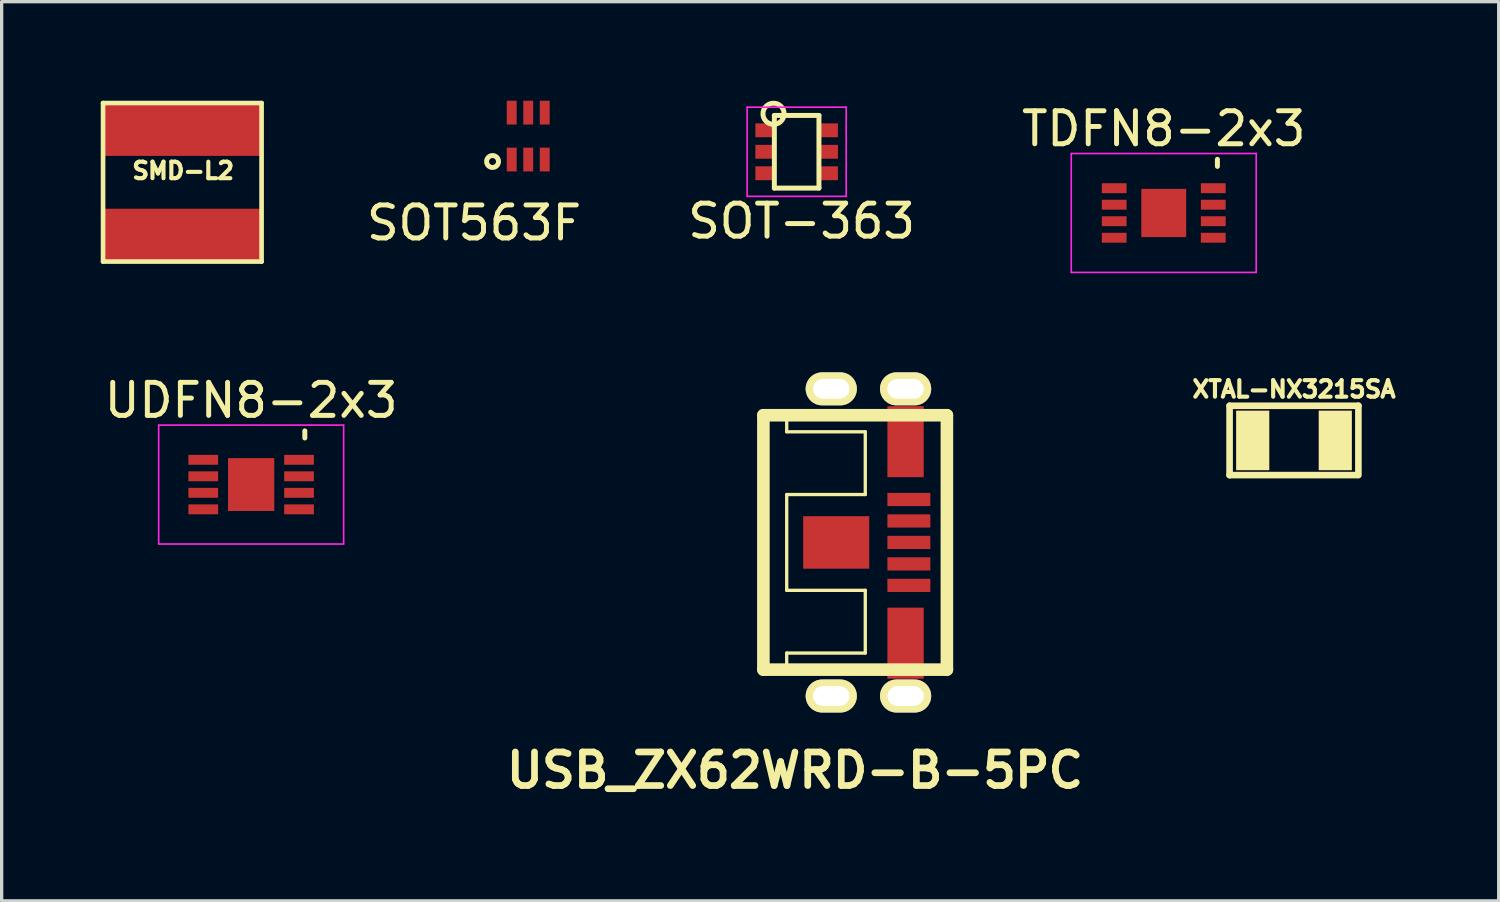
<source format=kicad_pcb>
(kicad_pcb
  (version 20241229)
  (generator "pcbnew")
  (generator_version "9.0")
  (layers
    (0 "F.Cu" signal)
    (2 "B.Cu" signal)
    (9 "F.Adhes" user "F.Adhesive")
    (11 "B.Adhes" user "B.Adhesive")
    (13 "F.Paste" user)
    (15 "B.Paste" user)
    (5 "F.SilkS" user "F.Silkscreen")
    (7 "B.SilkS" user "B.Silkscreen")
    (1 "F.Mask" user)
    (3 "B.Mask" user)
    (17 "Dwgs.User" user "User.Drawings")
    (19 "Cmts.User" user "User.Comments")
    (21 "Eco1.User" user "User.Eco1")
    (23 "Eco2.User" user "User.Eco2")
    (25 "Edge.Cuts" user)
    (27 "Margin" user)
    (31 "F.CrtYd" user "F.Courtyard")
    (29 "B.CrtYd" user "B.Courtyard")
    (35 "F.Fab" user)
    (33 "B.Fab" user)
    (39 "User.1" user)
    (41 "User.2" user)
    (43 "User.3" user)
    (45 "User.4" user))
  (footprint "SOT563F"
    (layer "F.Cu")
    (at 12.943 1.07)
    (property "Reference" "SOT563F" (at -1.64 2.63 0) (layer "F.SilkS") (effects (font (size 1 1) (thickness 0.15))))
    (attr through_hole)
    (fp_circle (center -1.08 0.77) (end -0.98 0.92) (stroke (width 0.15) (type solid)) (fill no) (layer "F.SilkS"))
    (pad "1" smd rect (at -0.5 0.71) (size 0.3 0.72) (layers "F.Cu" "F.Mask" "F.Paste"))
    (pad "2" smd rect (at 0 0.71) (size 0.3 0.72) (layers "F.Cu" "F.Mask" "F.Paste"))
    (pad "3" smd rect (at 0.5 0.71) (size 0.3 0.72) (layers "F.Cu" "F.Mask" "F.Paste"))
    (pad "4" smd rect (at 0.5 -0.71) (size 0.3 0.72) (layers "F.Cu" "F.Mask" "F.Paste"))
    (pad "5" smd rect (at 0 -0.71) (size 0.3 0.72) (layers "F.Cu" "F.Mask" "F.Paste"))
    (pad "6" smd rect (at -0.5 -0.71) (size 0.3 0.72) (layers "F.Cu" "F.Mask" "F.Paste")))
  (footprint "XTAL-NX3215SA"
    (layer "F.Cu")
    (at 36.128 10.285)
    (property "Reference" "XTAL-NX3215SA" (at 0 -1.55 0) (layer "F.SilkS") (effects (font (size 0.5 0.5) (thickness 0.125))))
    (attr through_hole)
    (fp_line (start -1.95 -1.05) (end -1.95 1.05) (stroke (width 0.2) (type solid)) (layer "F.SilkS"))
    (fp_line (start -1.95 1.05) (end 1.9 1.05) (stroke (width 0.2) (type solid)) (layer "F.SilkS"))
    (fp_line (start 1.95 -1.05) (end -1.95 -1.05) (stroke (width 0.2) (type solid)) (layer "F.SilkS"))
    (fp_line (start 1.95 1.05) (end 1.95 -1.05) (stroke (width 0.2) (type solid)) (layer "F.SilkS"))
    (pad "1" smd rect (at -1.25 0) (size 1 1.8) (layers "F.Cu" "F.Mask" "F.SilkS" "F.Paste"))
    (pad "2" smd rect (at 1.25 0) (size 1 1.8) (layers "F.Cu" "F.Mask" "F.SilkS" "F.Paste")))
  (footprint "SMD-L2"
    (layer "F.Cu")
    (at 2.47 2.47)
    (property "Reference" "SMD-L2" (at 0.025 -0.35 0) (layer "F.SilkS") (effects (font (size 0.5 0.5) (thickness 0.125))))
    (attr smd)
    (fp_line (start -2.4 -2.4) (end -2.4 2.4) (stroke (width 0.14) (type solid)) (layer "F.SilkS"))
    (fp_line (start -2.4 2.4) (end 2.4 2.4) (stroke (width 0.14) (type solid)) (layer "F.SilkS"))
    (fp_line (start 2.4 -2.4) (end -2.4 -2.4) (stroke (width 0.14) (type solid)) (layer "F.SilkS"))
    (fp_line (start 2.4 2.4) (end 2.4 -2.4) (stroke (width 0.14) (type solid)) (layer "F.SilkS"))
    (pad "1" smd rect (at 0 1.6) (size 4.8 1.6) (layers "F.Cu" "F.Mask" "F.Paste"))
    (pad "2" smd rect (at 0 -1.6) (size 4.8 1.6) (layers "F.Cu" "F.Mask" "F.Paste")))
  (footprint "USB_ZX62WRD-B-5PC"
    (layer "F.Cu")
    (at 21.019 13.373)
    (property "Reference" "USB_ZX62WRD-B-5PC" (at 0 6.901 0) (layer "F.SilkS") (effects (font (size 1.016 1.016) (thickness 0.203))))
    (attr smd)
    (fp_line (start -0.956 -3.851) (end -0.956 3.851) (stroke (width 0.381) (type solid)) (layer "F.SilkS"))
    (fp_line (start -0.956 3.851) (end 4.6 3.851) (stroke (width 0.381) (type solid)) (layer "F.SilkS"))
    (fp_line (start -0.25 -3.35) (end -0.25 -3.775) (stroke (width 0.1) (type solid)) (layer "F.SilkS"))
    (fp_line (start -0.25 -1.45) (end 2.129 -1.45) (stroke (width 0.1) (type solid)) (layer "F.SilkS"))
    (fp_line (start -0.25 1.45) (end -0.25 -1.45) (stroke (width 0.1) (type solid)) (layer "F.SilkS"))
    (fp_line (start -0.25 3.35) (end 2.129 3.35) (stroke (width 0.1) (type solid)) (layer "F.SilkS"))
    (fp_line (start -0.25 3.75) (end -0.25 3.35) (stroke (width 0.1) (type solid)) (layer "F.SilkS"))
    (fp_line (start 2.129 -3.35) (end -0.25 -3.35) (stroke (width 0.1) (type solid)) (layer "F.SilkS"))
    (fp_line (start 2.129 -1.45) (end 2.129 -3.35) (stroke (width 0.1) (type solid)) (layer "F.SilkS"))
    (fp_line (start 2.129 1.45) (end -0.25 1.45) (stroke (width 0.1) (type solid)) (layer "F.SilkS"))
    (fp_line (start 2.129 3.35) (end 2.129 1.45) (stroke (width 0.1) (type solid)) (layer "F.SilkS"))
    (fp_line (start 4.6 -3.851) (end -0.956 -3.851) (stroke (width 0.381) (type solid)) (layer "F.SilkS"))
    (fp_line (start 4.6 3.851) (end 4.6 -3.851) (stroke (width 0.381) (type solid)) (layer "F.SilkS"))
    (pad "1" smd rect (at 3.449 1.3) (size 1.3 0.4) (layers "F.Cu" "F.Mask" "F.Paste"))
    (pad "2" smd rect (at 3.449 0.65) (size 1.3 0.4) (layers "F.Cu" "F.Mask" "F.Paste"))
    (pad "3" smd rect (at 3.449 0) (size 1.3 0.4) (layers "F.Cu" "F.Mask" "F.Paste"))
    (pad "4" smd rect (at 3.449 -0.65) (size 1.3 0.4) (layers "F.Cu" "F.Mask" "F.Paste"))
    (pad "5" smd rect (at 3.449 -1.3) (size 1.3 0.4) (layers "F.Cu" "F.Mask" "F.Paste"))
    (pad "G0" smd rect (at 3.349 -3.05) (size 1.1 2.15) (layers "F.Cu" "F.Mask" "F.Paste"))
    (pad "G1" smd rect (at 3.349 3.05) (size 1.1 2.15) (layers "F.Cu" "F.Mask" "F.Paste"))
    (pad "G2" smd rect (at 1.249 0) (size 2 1.59) (layers "F.Cu" "F.Mask" "F.Paste"))
    (pad "G3" thru_hole oval (at 3.349 -4.65 90) (size 1 1.55) (drill oval 0.6 1.1) (layers "*.Cu" "*.Mask" "F.SilkS"))
    (pad "G4" thru_hole oval (at 1.099 -4.65 90) (size 1 1.55) (drill oval 0.6 1.1) (layers "*.Cu" "*.Mask" "F.SilkS"))
    (pad "G5" thru_hole oval (at 3.349 4.65 90) (size 1 1.55) (drill oval 0.6 1.1) (layers "*.Cu" "*.Mask" "F.SilkS"))
    (pad "G6" thru_hole oval (at 1.099 4.65 90) (size 1 1.55) (drill oval 0.6 1.1) (layers "*.Cu" "*.Mask" "F.SilkS")))
  (footprint "SOT-363"
    (layer "F.Cu")
    (at 21.07 1.545)
    (property "Reference" "SOT-363" (at 0.15 2.1 0) (layer "F.SilkS") (effects (font (size 1 1) (thickness 0.15))))
    (attr smd)
    (fp_line (start -0.675 -1.1) (end -0.675 1.1) (stroke (width 0.15) (type solid)) (layer "F.SilkS"))
    (fp_line (start 0.675 -1.1) (end -0.675 -1.1) (stroke (width 0.15) (type solid)) (layer "F.SilkS"))
    (fp_line (start 0.675 -1.1) (end 0.675 1.1) (stroke (width 0.15) (type solid)) (layer "F.SilkS"))
    (fp_line (start 0.675 1.1) (end -0.675 1.1) (stroke (width 0.15) (type solid)) (layer "F.SilkS"))
    (fp_circle (center -0.7 -1.15) (end -0.45 -0.95) (stroke (width 0.15) (type solid)) (fill no) (layer "F.SilkS"))
    (fp_line (start -1.5 -1.35) (end -1.5 1.35) (stroke (width 0.05) (type solid)) (layer "F.CrtYd"))
    (fp_line (start -1.5 -1.35) (end 1.5 -1.35) (stroke (width 0.05) (type solid)) (layer "F.CrtYd"))
    (fp_line (start -1.5 1.35) (end 1.5 1.35) (stroke (width 0.05) (type solid)) (layer "F.CrtYd"))
    (fp_line (start 1.5 1.35) (end 1.5 -1.35) (stroke (width 0.05) (type solid)) (layer "F.CrtYd"))
    (pad "1" smd rect (at -0.95 -0.65) (size 0.6 0.42) (layers "F.Cu" "F.Mask" "F.Paste"))
    (pad "2" smd rect (at -0.95 0) (size 0.6 0.42) (layers "F.Cu" "F.Mask" "F.Paste"))
    (pad "3" smd rect (at -0.95 0.65) (size 0.6 0.42) (layers "F.Cu" "F.Mask" "F.Paste"))
    (pad "4" smd rect (at 0.95 0.65) (size 0.6 0.42) (layers "F.Cu" "F.Mask" "F.Paste"))
    (pad "5" smd rect (at 0.95 0) (size 0.6 0.42) (layers "F.Cu" "F.Mask" "F.Paste"))
    (pad "6" smd rect (at 0.95 -0.65) (size 0.6 0.42) (layers "F.Cu" "F.Mask" "F.Paste")))
  (footprint "TDFN8-2x3"
    (layer "F.Cu")
    (at 32.184 3.398)
    (property "Reference" "TDFN8-2x3" (at 0 -2.55 0) (layer "F.SilkS") (effects (font (size 1 1) (thickness 0.15))))
    (attr smd)
    (fp_line (start 1.625 -1.625) (end 1.625 -1.41) (stroke (width 0.15) (type solid)) (layer "F.SilkS"))
    (fp_circle (center 0.01 0.03) (end 0.28 0.42) (stroke (width 0.28) (type solid)) (fill no) (layer "F.Paste"))
    (fp_line (start -2.8 -1.8) (end -2.8 1.8) (stroke (width 0.05) (type solid)) (layer "F.CrtYd"))
    (fp_line (start -2.8 -1.8) (end 2.8 -1.8) (stroke (width 0.05) (type solid)) (layer "F.CrtYd"))
    (fp_line (start -2.8 1.8) (end 2.8 1.8) (stroke (width 0.05) (type solid)) (layer "F.CrtYd"))
    (fp_line (start 2.8 -1.8) (end 2.8 1.8) (stroke (width 0.05) (type solid)) (layer "F.CrtYd"))
    (pad "1" smd rect (at -1.5 -0.75) (size 0.75 0.3) (layers "F.Cu" "F.Mask" "F.Paste"))
    (pad "2" smd rect (at -1.5 -0.25) (size 0.75 0.3) (layers "F.Cu" "F.Mask" "F.Paste"))
    (pad "3" smd rect (at -1.5 0.25) (size 0.75 0.3) (layers "F.Cu" "F.Mask" "F.Paste"))
    (pad "4" smd rect (at -1.5 0.75) (size 0.75 0.3) (layers "F.Cu" "F.Mask" "F.Paste"))
    (pad "5" smd rect (at 1.5 0.75) (size 0.75 0.3) (layers "F.Cu" "F.Mask" "F.Paste"))
    (pad "6" smd rect (at 1.5 0.25) (size 0.75 0.3) (layers "F.Cu" "F.Mask" "F.Paste"))
    (pad "7" smd rect (at 1.5 -0.25) (size 0.75 0.3) (layers "F.Cu" "F.Mask" "F.Paste"))
    (pad "8" smd rect (at 1.5 -0.75) (size 0.75 0.3) (layers "F.Cu" "F.Mask" "F.Paste"))
    (pad "9" smd rect (at 0 0) (size 1.36 1.46) (layers "F.Cu" "F.Mask")))
  (footprint "UDFN8-2x3"
    (layer "F.Cu")
    (at 4.554 11.621)
    (property "Reference" "UDFN8-2x3" (at 0 -2.55 0) (layer "F.SilkS") (effects (font (size 1 1) (thickness 0.15))))
    (attr smd)
    (fp_line (start 1.625 -1.625) (end 1.625 -1.41) (stroke (width 0.15) (type solid)) (layer "F.SilkS"))
    (fp_circle (center 0.01 0.03) (end 0.28 0.42) (stroke (width 0.28) (type solid)) (fill no) (layer "F.Paste"))
    (fp_line (start -2.8 -1.8) (end -2.8 1.8) (stroke (width 0.05) (type solid)) (layer "F.CrtYd"))
    (fp_line (start -2.8 -1.8) (end 2.8 -1.8) (stroke (width 0.05) (type solid)) (layer "F.CrtYd"))
    (fp_line (start -2.8 1.8) (end 2.8 1.8) (stroke (width 0.05) (type solid)) (layer "F.CrtYd"))
    (fp_line (start 2.8 -1.8) (end 2.8 1.8) (stroke (width 0.05) (type solid)) (layer "F.CrtYd"))
    (pad "1" smd rect (at -1.45 -0.75) (size 0.9 0.3) (layers "F.Cu" "F.Mask" "F.Paste"))
    (pad "2" smd rect (at -1.45 -0.25) (size 0.9 0.3) (layers "F.Cu" "F.Mask" "F.Paste"))
    (pad "3" smd rect (at -1.45 0.25) (size 0.9 0.3) (layers "F.Cu" "F.Mask" "F.Paste"))
    (pad "4" smd rect (at -1.45 0.75) (size 0.9 0.3) (layers "F.Cu" "F.Mask" "F.Paste"))
    (pad "5" smd rect (at 1.45 0.75) (size 0.9 0.3) (layers "F.Cu" "F.Mask" "F.Paste"))
    (pad "6" smd rect (at 1.45 0.25) (size 0.9 0.3) (layers "F.Cu" "F.Mask" "F.Paste"))
    (pad "7" smd rect (at 1.45 -0.25) (size 0.9 0.3) (layers "F.Cu" "F.Mask" "F.Paste"))
    (pad "8" smd rect (at 1.45 -0.75) (size 0.9 0.3) (layers "F.Cu" "F.Mask" "F.Paste"))
    (pad "9" smd rect (at 0 0) (size 1.4 1.6) (layers "F.Cu" "F.Mask")))
  (gr_rect
    (start -3 -3)
    (end 42.325 24.225)
    (stroke (width 0.1) (type default))
    (fill no)
    (layer "Edge.Cuts")))
</source>
